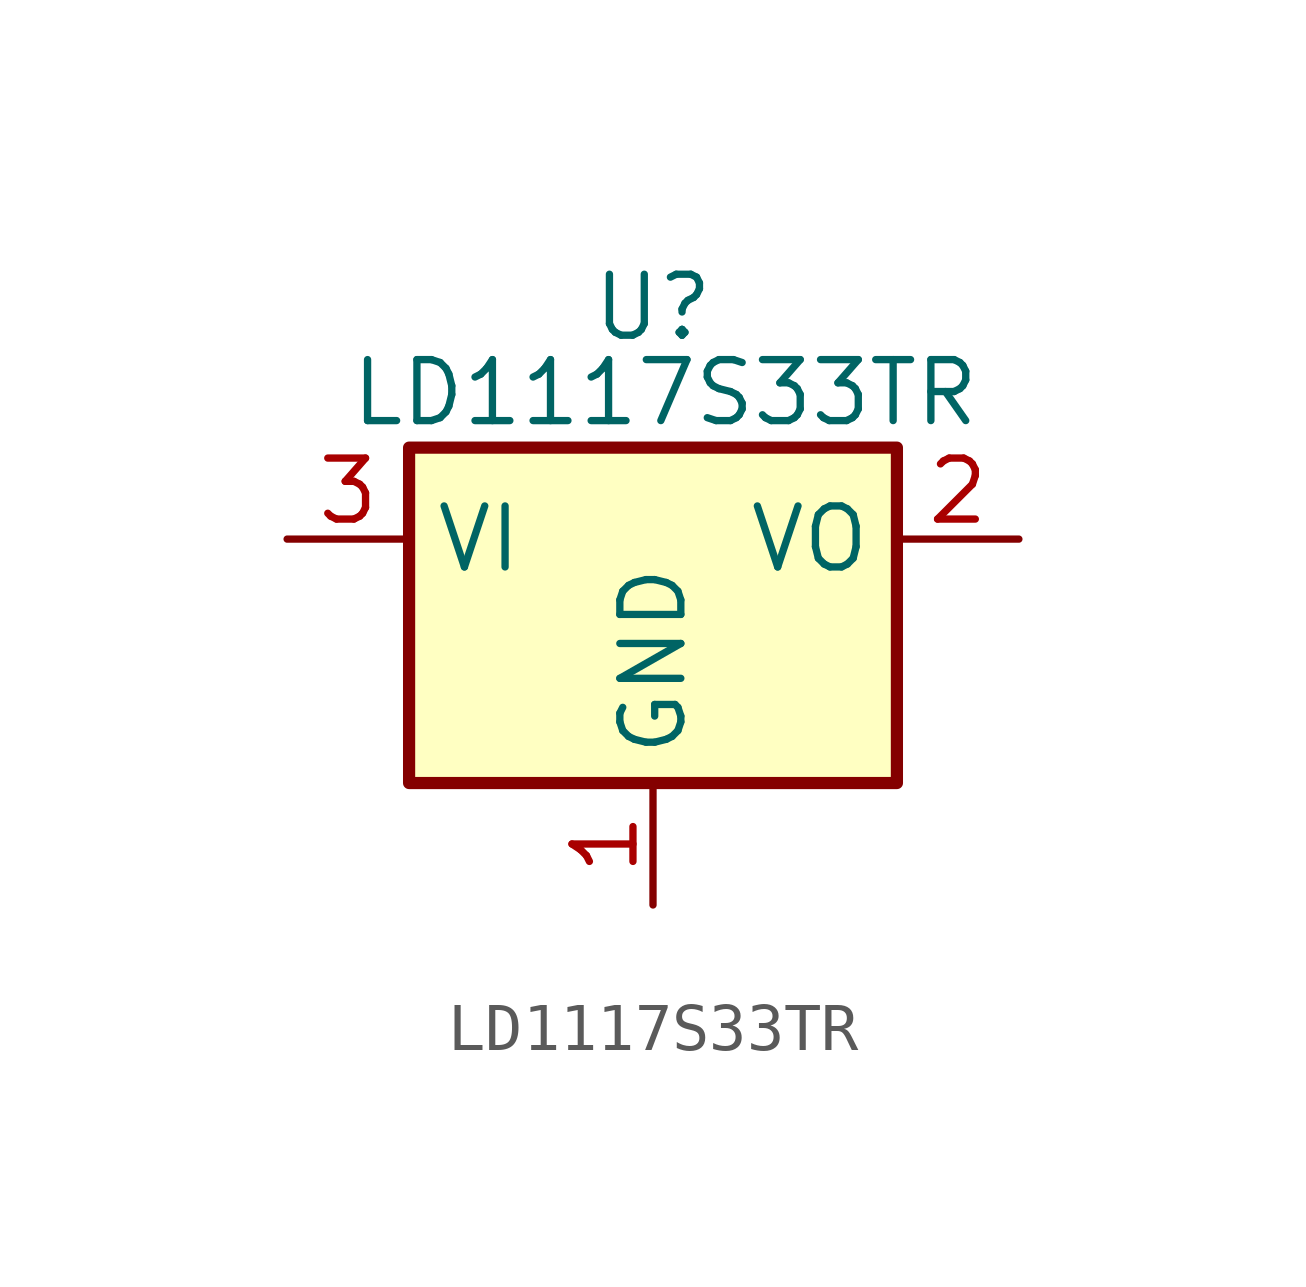
<source format=kicad_sym>
(kicad_symbol_lib
  (version 20231120)
  (generator "kicad_symbol_editor")
  (generator_version "8.0")
  (symbol "LD1117S33TR"
    (property "Reference" "U"
      (at 0 2.286 0)
      (effects (font (size 1.27 1.27))))
    (property "Value" "LD1117S33TR"
      (at 0.254 0.508 0)
      (effects (font (size 1.27 1.27))))
    (symbol "LD1117S33TR_0_1"
      (rectangle (start -5.08 -0.635) (end 5.08 -7.62) (stroke (width 0.254) (type default)) (fill (type background))))
    (symbol "LD1117S33TR_1_1"
      (pin power_in line (at 0 -10.16 90) (length 2.54) (name "GND" (effects (font (size 1.27 1.27)))) (number "1" (effects (font (size 1.27 1.27)))))
      (pin power_out line (at 7.62 -2.54 180) (length 2.54) (name "VO" (effects (font (size 1.27 1.27)))) (number "2" (effects (font (size 1.27 1.27)))))
      (pin power_in line (at -7.62 -2.54 0) (length 2.54) (name "VI" (effects (font (size 1.27 1.27)))) (number "3" (effects (font (size 1.27 1.27)))))
      (pin no_connect line (at -2.54 -10.16 90) (length 2.54) hide (name "THERMAL" (effects (font (size 1.27 1.27)))) (number "4" (effects (font (size 1.27 1.27))))))))
</source>
